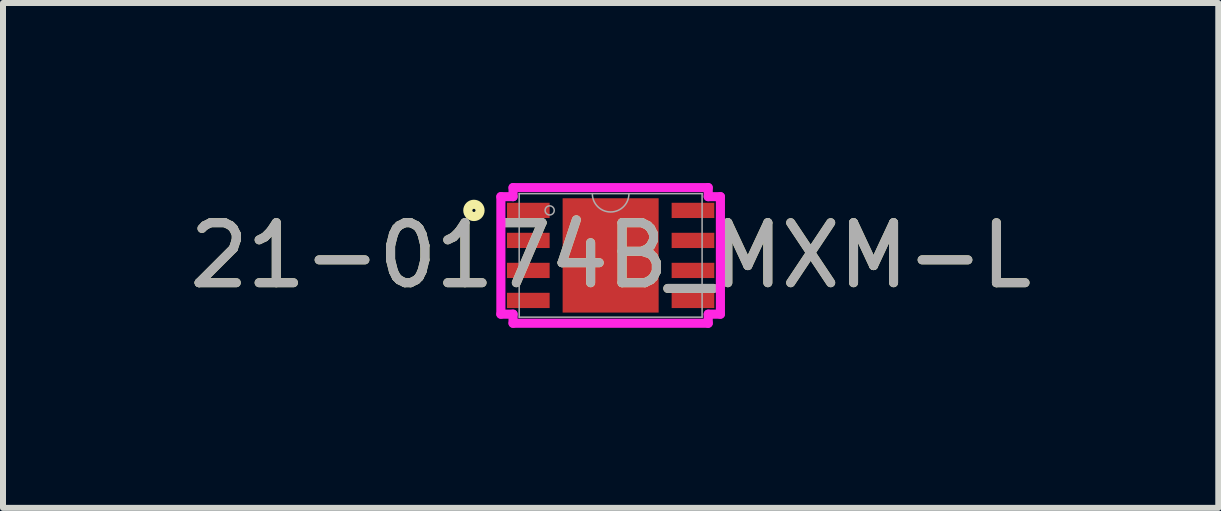
<source format=kicad_pcb>
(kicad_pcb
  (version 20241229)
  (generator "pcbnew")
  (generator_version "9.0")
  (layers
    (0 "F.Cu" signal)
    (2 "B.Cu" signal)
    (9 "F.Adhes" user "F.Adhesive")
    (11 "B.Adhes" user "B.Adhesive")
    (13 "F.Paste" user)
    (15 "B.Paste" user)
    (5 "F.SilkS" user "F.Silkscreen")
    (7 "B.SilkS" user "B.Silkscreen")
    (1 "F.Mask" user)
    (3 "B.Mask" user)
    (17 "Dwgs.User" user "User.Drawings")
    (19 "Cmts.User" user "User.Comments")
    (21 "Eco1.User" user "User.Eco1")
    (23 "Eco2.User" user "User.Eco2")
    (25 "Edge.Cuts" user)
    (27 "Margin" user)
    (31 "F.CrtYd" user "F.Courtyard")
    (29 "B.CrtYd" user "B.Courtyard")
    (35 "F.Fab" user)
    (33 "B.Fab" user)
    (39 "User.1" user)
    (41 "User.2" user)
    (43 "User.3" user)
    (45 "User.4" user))
  (footprint "21-0174B_MXM-L"
    (layer "F.Cu")
    (at 7.125 1.206)
    (property "Reference" "21-0174B_MXM-L" (at 0 0 0) (unlocked yes) (layer "F.SilkS") (effects (font (size 1 1) (thickness 0.15))))
    (attr smd)
    (fp_circle (center -2.278 -0.75) (end -2.176 -0.75) (stroke (width 0.152) (type solid)) (fill no) (layer "F.SilkS"))
    (fp_line (start -1.829 -0.979) (end -1.626 -0.979) (stroke (width 0.152) (type solid)) (layer "F.CrtYd"))
    (fp_line (start -1.829 0.979) (end -1.829 -0.979) (stroke (width 0.152) (type solid)) (layer "F.CrtYd"))
    (fp_line (start -1.829 0.979) (end -1.626 0.979) (stroke (width 0.152) (type solid)) (layer "F.CrtYd"))
    (fp_line (start -1.626 -1.13) (end 1.626 -1.13) (stroke (width 0.152) (type solid)) (layer "F.CrtYd"))
    (fp_line (start -1.626 -0.979) (end -1.626 -1.13) (stroke (width 0.152) (type solid)) (layer "F.CrtYd"))
    (fp_line (start -1.626 1.13) (end -1.626 0.979) (stroke (width 0.152) (type solid)) (layer "F.CrtYd"))
    (fp_line (start 1.626 -1.13) (end 1.626 -0.979) (stroke (width 0.152) (type solid)) (layer "F.CrtYd"))
    (fp_line (start 1.626 0.979) (end 1.626 1.13) (stroke (width 0.152) (type solid)) (layer "F.CrtYd"))
    (fp_line (start 1.626 1.13) (end -1.626 1.13) (stroke (width 0.152) (type solid)) (layer "F.CrtYd"))
    (fp_line (start 1.829 -0.979) (end 1.626 -0.979) (stroke (width 0.152) (type solid)) (layer "F.CrtYd"))
    (fp_line (start 1.829 -0.979) (end 1.829 0.979) (stroke (width 0.152) (type solid)) (layer "F.CrtYd"))
    (fp_line (start 1.829 0.979) (end 1.626 0.979) (stroke (width 0.152) (type solid)) (layer "F.CrtYd"))
    (fp_line (start -1.524 -1.029) (end -1.524 1.029) (stroke (width 0.025) (type solid)) (layer "F.Fab"))
    (fp_line (start -1.524 1.029) (end 1.524 1.029) (stroke (width 0.025) (type solid)) (layer "F.Fab"))
    (fp_line (start 1.524 -1.029) (end -1.524 -1.029) (stroke (width 0.025) (type solid)) (layer "F.Fab"))
    (fp_line (start 1.524 1.029) (end 1.524 -1.029) (stroke (width 0.025) (type solid)) (layer "F.Fab"))
    (fp_arc (start 0.3048 -1.0287) (mid 0 -0.7239) (end -0.3048 -1.0287) (stroke (width 0.0254) (type solid)) (layer "F.Fab"))
    (fp_circle (center -1.016 -0.75) (end -0.94 -0.75) (stroke (width 0.025) (type solid)) (fill no) (layer "F.Fab"))
    (fp_text user "${REFERENCE}" (at 0 0 0) (unlocked yes) (layer "F.Fab") (effects (font (size 1 1) (thickness 0.15))))
    (pad "1" smd rect (at -1.372 -0.75) (size 0.711 0.254) (layers "F.Cu" "F.Mask" "F.Paste"))
    (pad "2" smd rect (at -1.372 -0.25) (size 0.711 0.254) (layers "F.Cu" "F.Mask" "F.Paste"))
    (pad "3" smd rect (at -1.372 0.25) (size 0.711 0.254) (layers "F.Cu" "F.Mask" "F.Paste"))
    (pad "4" smd rect (at -1.372 0.75) (size 0.711 0.254) (layers "F.Cu" "F.Mask" "F.Paste"))
    (pad "5" smd rect (at 1.372 0.75) (size 0.711 0.254) (layers "F.Cu" "F.Mask" "F.Paste"))
    (pad "6" smd rect (at 1.372 0.25) (size 0.711 0.254) (layers "F.Cu" "F.Mask" "F.Paste"))
    (pad "7" smd rect (at 1.372 -0.25) (size 0.711 0.254) (layers "F.Cu" "F.Mask" "F.Paste"))
    (pad "8" smd rect (at 1.372 -0.75) (size 0.711 0.254) (layers "F.Cu" "F.Mask" "F.Paste"))
    (pad "9" smd rect (at 0 0) (size 1.6 1.905) (layers "F.Cu" "F.Mask" "F.Paste")))
  (gr_rect
    (start -3 -3)
    (end 17.25 5.413)
    (stroke (width 0.1) (type default))
    (fill no)
    (layer "Edge.Cuts")))
</source>
